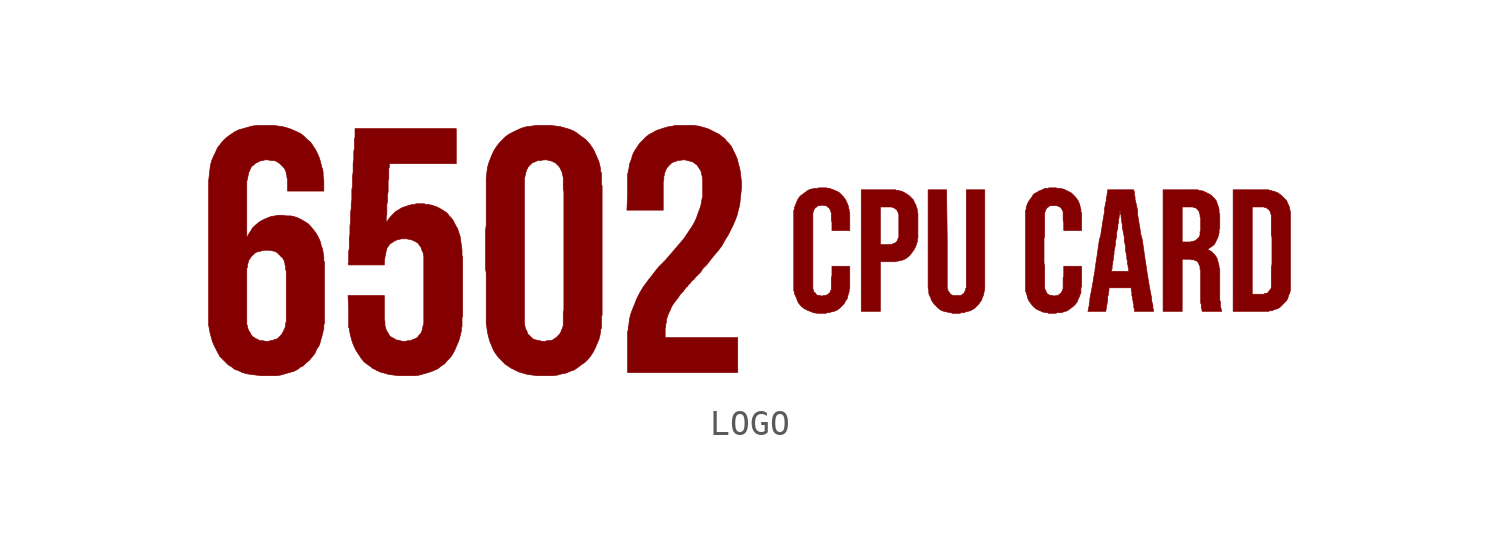
<source format=kicad_sym>
(kicad_symbol_lib
  (version 20231120)
  (generator "kicad_symbol_editor")
  (generator_version "8.0")
  (symbol "LOGO"
    (pin_names
      (offset 1.016))
    (property "Reference" "#G"
      (at 0 -4.242 0)
      (effects (font (size 1.524 1.524)) (hide yes)))
    (symbol "LOGO_0_0"
      (polyline (pts (xy 5.029 -2.464) (xy 5.156 -2.464) (xy 5.182 -2.438) (xy 5.385 -2.388) (xy 5.486 -2.337) (xy 5.563 -2.286) (xy 5.74 -2.108) (xy 5.766 -2.057) (xy 5.817 -2.007) (xy 5.918 -1.753) (xy 5.944 -1.626) (xy 5.969 -1.473) (xy 5.969 2.438) (xy 5.232 2.438) (xy 5.232 -1.473) (xy 5.207 -1.499) (xy 5.207 -1.575) (xy 5.182 -1.6) (xy 5.131 -1.702) (xy 5.08 -1.727) (xy 5.055 -1.753) (xy 5.004 -1.778) (xy 4.699 -1.778) (xy 4.597 -1.727) (xy 4.572 -1.676) (xy 4.547 -1.651) (xy 4.521 -1.6) (xy 4.496 -1.6) (xy 4.496 -1.524) (xy 4.47 -1.524) (xy 4.47 0.508) (xy 4.445 2.438) (xy 3.708 2.438) (xy 3.708 -1.473) (xy 3.734 -1.575) (xy 3.734 -1.676) (xy 3.759 -1.778) (xy 3.81 -1.854) (xy 3.835 -1.956) (xy 3.886 -2.032) (xy 3.962 -2.134) (xy 4.115 -2.286) (xy 4.216 -2.362) (xy 4.343 -2.413) (xy 4.597 -2.464) (xy 4.623 -2.464) (xy 4.674 -2.489) (xy 4.978 -2.489) (xy 5.029 -2.464)) (stroke (width 0.025) (type solid)) (fill (type outline)))
      (polyline (pts (xy 17.323 -2.388) (xy 17.424 -2.388) (xy 17.526 -2.337) (xy 17.628 -2.311) (xy 17.729 -2.261) (xy 18.009 -1.981) (xy 18.059 -1.88) (xy 18.085 -1.778) (xy 18.136 -1.676) (xy 18.161 -1.549) (xy 18.161 1.549) (xy 18.136 1.651) (xy 18.11 1.778) (xy 18.059 1.88) (xy 18.009 2.007) (xy 17.78 2.235) (xy 17.729 2.261) (xy 17.678 2.311) (xy 17.602 2.337) (xy 17.551 2.362) (xy 17.475 2.388) (xy 17.424 2.388) (xy 17.399 2.413) (xy 17.323 2.413) (xy 17.297 2.438) (xy 15.875 2.438) (xy 15.875 -1.727) (xy 16.637 -1.727) (xy 16.637 1.753) (xy 17.094 1.753) (xy 17.145 1.727) (xy 17.196 1.727) (xy 17.247 1.676) (xy 17.272 1.676) (xy 17.323 1.626) (xy 17.348 1.575) (xy 17.399 1.422) (xy 17.399 0.66) (xy 17.424 0.533) (xy 17.424 -0.533) (xy 17.399 -0.66) (xy 17.399 -1.448) (xy 17.374 -1.524) (xy 17.323 -1.575) (xy 17.297 -1.626) (xy 17.247 -1.676) (xy 17.17 -1.702) (xy 17.12 -1.702) (xy 17.094 -1.727) (xy 16.637 -1.727) (xy 15.875 -1.727) (xy 15.875 -2.413) (xy 17.297 -2.413) (xy 17.323 -2.388)) (stroke (width 0.025) (type solid)) (fill (type outline)))
      (polyline (pts (xy 1.803 -0.432) (xy 2.413 -0.432) (xy 2.464 -0.406) (xy 2.54 -0.406) (xy 2.565 -0.381) (xy 2.616 -0.381) (xy 2.718 -0.356) (xy 2.819 -0.305) (xy 2.921 -0.229) (xy 2.997 -0.152) (xy 3.15 0.051) (xy 3.2 0.152) (xy 3.251 0.279) (xy 3.251 0.305) (xy 3.277 0.356) (xy 3.277 0.457) (xy 3.302 0.508) (xy 3.302 1.499) (xy 3.277 1.549) (xy 3.277 1.651) (xy 3.251 1.727) (xy 3.226 1.778) (xy 3.226 1.829) (xy 3.175 1.905) (xy 3.124 2.032) (xy 2.946 2.21) (xy 2.87 2.261) (xy 2.743 2.337) (xy 2.642 2.388) (xy 2.591 2.388) (xy 2.54 2.413) (xy 2.438 2.413) (xy 2.413 2.438) (xy 1.041 2.438) (xy 1.041 0.254) (xy 1.803 0.254) (xy 1.803 1.753) (xy 2.261 1.753) (xy 2.286 1.727) (xy 2.337 1.727) (xy 2.362 1.702) (xy 2.413 1.676) (xy 2.464 1.626) (xy 2.515 1.524) (xy 2.54 1.448) (xy 2.54 0.559) (xy 2.515 0.508) (xy 2.489 0.432) (xy 2.464 0.381) (xy 2.413 0.33) (xy 2.362 0.305) (xy 2.286 0.279) (xy 2.261 0.254) (xy 1.803 0.254) (xy 1.041 0.254) (xy 1.041 -2.413) (xy 1.803 -2.413) (xy 1.803 -0.432)) (stroke (width 0.025) (type solid)) (fill (type outline)))
      (polyline (pts (xy 13.843 -0.33) (xy 14.173 -0.33) (xy 14.224 -0.356) (xy 14.326 -0.356) (xy 14.351 -0.381) (xy 14.427 -0.406) (xy 14.478 -0.457) (xy 14.503 -0.508) (xy 14.529 -0.584) (xy 14.554 -0.61) (xy 14.554 -0.737) (xy 14.58 -0.762) (xy 14.58 -2.083) (xy 14.605 -2.134) (xy 14.605 -2.286) (xy 14.63 -2.311) (xy 14.63 -2.388) (xy 14.656 -2.413) (xy 15.418 -2.413) (xy 15.418 -2.362) (xy 15.392 -2.337) (xy 15.392 -2.286) (xy 15.367 -2.235) (xy 15.367 -2.032) (xy 15.342 -1.956) (xy 15.342 -0.711) (xy 15.316 -0.686) (xy 15.316 -0.61) (xy 15.265 -0.406) (xy 15.215 -0.254) (xy 15.189 -0.229) (xy 15.138 -0.152) (xy 15.011 -0.025) (xy 14.961 0) (xy 14.935 0.025) (xy 14.91 0.025) (xy 14.884 0.051) (xy 14.834 0.051) (xy 14.859 0.076) (xy 14.884 0.076) (xy 14.91 0.102) (xy 15.062 0.203) (xy 15.138 0.279) (xy 15.24 0.483) (xy 15.291 0.61) (xy 15.316 0.737) (xy 15.316 0.864) (xy 15.342 0.889) (xy 15.342 1.473) (xy 15.316 1.499) (xy 15.316 1.626) (xy 15.291 1.753) (xy 15.24 1.88) (xy 15.215 1.981) (xy 15.138 2.083) (xy 14.986 2.235) (xy 14.681 2.388) (xy 14.529 2.413) (xy 14.503 2.413) (xy 14.478 2.438) (xy 13.081 2.438) (xy 13.081 0.356) (xy 13.843 0.356) (xy 13.843 1.753) (xy 14.275 1.753) (xy 14.3 1.727) (xy 14.351 1.727) (xy 14.402 1.702) (xy 14.503 1.6) (xy 14.554 1.448) (xy 14.554 1.372) (xy 14.58 1.321) (xy 14.58 0.813) (xy 14.554 0.762) (xy 14.554 0.635) (xy 14.529 0.559) (xy 14.427 0.457) (xy 14.351 0.406) (xy 14.275 0.381) (xy 14.224 0.381) (xy 14.173 0.356) (xy 13.843 0.356) (xy 13.081 0.356) (xy 13.081 -2.413) (xy 13.843 -2.413) (xy 13.843 -0.33)) (stroke (width 0.025) (type solid)) (fill (type outline)))
      (polyline (pts (xy -0.33 -2.464) (xy -0.229 -2.464) (xy -0.178 -2.438) (xy -0.051 -2.413) (xy 0.076 -2.362) (xy 0.178 -2.286) (xy 0.356 -2.108) (xy 0.406 -2.007) (xy 0.483 -1.905) (xy 0.508 -1.778) (xy 0.559 -1.626) (xy 0.559 -1.549) (xy 0.584 -1.499) (xy 0.584 -0.61) (xy -0.127 -0.61) (xy -0.127 -1.016) (xy -0.152 -1.041) (xy -0.152 -1.549) (xy -0.178 -1.575) (xy -0.178 -1.6) (xy -0.203 -1.651) (xy -0.279 -1.727) (xy -0.33 -1.753) (xy -0.406 -1.778) (xy -0.457 -1.778) (xy -0.533 -1.803) (xy -0.61 -1.778) (xy -0.686 -1.778) (xy -0.737 -1.753) (xy -0.762 -1.727) (xy -0.787 -1.676) (xy -0.838 -1.651) (xy -0.864 -1.6) (xy -0.864 -1.549) (xy -0.889 -1.524) (xy -0.889 1.499) (xy -0.864 1.6) (xy -0.838 1.651) (xy -0.787 1.727) (xy -0.737 1.753) (xy -0.686 1.803) (xy -0.61 1.803) (xy -0.508 1.829) (xy -0.432 1.803) (xy -0.356 1.803) (xy -0.305 1.753) (xy -0.254 1.727) (xy -0.203 1.651) (xy -0.178 1.6) (xy -0.152 1.499) (xy -0.152 1.219) (xy -0.127 1.143) (xy -0.127 0.813) (xy 0.584 0.813) (xy 0.584 1.499) (xy 0.559 1.575) (xy 0.559 1.651) (xy 0.533 1.702) (xy 0.533 1.778) (xy 0.508 1.829) (xy 0.457 1.956) (xy 0.406 2.057) (xy 0.33 2.159) (xy 0.152 2.337) (xy 0.051 2.388) (xy -0.203 2.489) (xy -0.356 2.515) (xy -0.66 2.515) (xy -0.737 2.489) (xy -0.838 2.489) (xy -0.965 2.464) (xy -1.092 2.413) (xy -1.397 2.184) (xy -1.473 2.083) (xy -1.524 1.981) (xy -1.626 1.727) (xy -1.626 1.651) (xy -1.651 1.626) (xy -1.651 -1.6) (xy -1.626 -1.626) (xy -1.626 -1.702) (xy -1.575 -1.803) (xy -1.473 -2.057) (xy -1.397 -2.159) (xy -1.321 -2.235) (xy -1.219 -2.311) (xy -1.118 -2.362) (xy -0.864 -2.464) (xy -0.711 -2.489) (xy -0.356 -2.489) (xy -0.33 -2.464)) (stroke (width 0.025) (type solid)) (fill (type outline)))
      (polyline (pts (xy 8.865 -2.464) (xy 9.042 -2.464) (xy 9.144 -2.413) (xy 9.195 -2.413) (xy 9.296 -2.362) (xy 9.5 -2.21) (xy 9.576 -2.134) (xy 9.652 -2.032) (xy 9.703 -1.905) (xy 9.754 -1.803) (xy 9.754 -1.778) (xy 9.779 -1.727) (xy 9.779 -1.702) (xy 9.804 -1.676) (xy 9.804 -1.473) (xy 9.83 -1.422) (xy 9.83 -0.61) (xy 9.119 -0.61) (xy 9.119 -1.016) (xy 9.093 -1.067) (xy 9.093 -1.499) (xy 9.068 -1.575) (xy 9.042 -1.626) (xy 8.992 -1.702) (xy 8.941 -1.727) (xy 8.89 -1.778) (xy 8.814 -1.778) (xy 8.738 -1.803) (xy 8.687 -1.778) (xy 8.611 -1.778) (xy 8.534 -1.753) (xy 8.484 -1.727) (xy 8.433 -1.676) (xy 8.407 -1.6) (xy 8.357 -1.499) (xy 8.357 -0.61) (xy 8.331 -0.483) (xy 8.331 0.483) (xy 8.357 0.61) (xy 8.357 1.499) (xy 8.382 1.6) (xy 8.407 1.651) (xy 8.458 1.727) (xy 8.509 1.753) (xy 8.56 1.803) (xy 8.839 1.803) (xy 8.915 1.778) (xy 8.966 1.753) (xy 9.017 1.702) (xy 9.068 1.626) (xy 9.068 1.6) (xy 9.093 1.575) (xy 9.093 1.219) (xy 9.119 1.118) (xy 9.119 0.813) (xy 9.83 0.813) (xy 9.83 1.524) (xy 9.804 1.549) (xy 9.804 1.651) (xy 9.779 1.727) (xy 9.754 1.854) (xy 9.703 1.981) (xy 9.652 2.057) (xy 9.576 2.159) (xy 9.423 2.311) (xy 9.119 2.464) (xy 8.992 2.489) (xy 8.89 2.489) (xy 8.814 2.515) (xy 8.534 2.515) (xy 8.458 2.489) (xy 8.357 2.489) (xy 8.255 2.438) (xy 8.128 2.388) (xy 8.052 2.337) (xy 7.95 2.286) (xy 7.874 2.21) (xy 7.874 2.184) (xy 7.722 1.981) (xy 7.671 1.88) (xy 7.62 1.727) (xy 7.62 1.651) (xy 7.595 1.626) (xy 7.595 -1.626) (xy 7.62 -1.626) (xy 7.62 -1.702) (xy 7.645 -1.727) (xy 7.671 -1.854) (xy 7.722 -1.981) (xy 7.874 -2.184) (xy 7.95 -2.261) (xy 8.052 -2.337) (xy 8.179 -2.388) (xy 8.28 -2.438) (xy 8.433 -2.464) (xy 8.484 -2.464) (xy 8.509 -2.489) (xy 8.788 -2.489) (xy 8.865 -2.464)) (stroke (width 0.025) (type solid)) (fill (type outline)))
      (polyline (pts (xy -11.074 -4.953) (xy -10.897 -4.902) (xy -10.744 -4.877) (xy -10.566 -4.801) (xy -10.414 -4.75) (xy -10.262 -4.648) (xy -10.135 -4.547) (xy -9.982 -4.445) (xy -9.855 -4.318) (xy -9.754 -4.191) (xy -9.652 -4.039) (xy -9.576 -3.886) (xy -9.423 -3.531) (xy -9.373 -3.327) (xy -9.347 -3.124) (xy -9.347 -3.099) (xy -9.322 -3.099) (xy -9.322 -2.616) (xy -9.296 -2.565) (xy -9.296 2.591) (xy -9.322 2.667) (xy -9.322 3.124) (xy -9.347 3.124) (xy -9.347 3.15) (xy -9.373 3.353) (xy -9.423 3.556) (xy -9.576 3.912) (xy -9.652 4.064) (xy -9.754 4.216) (xy -9.855 4.343) (xy -9.982 4.47) (xy -10.135 4.572) (xy -10.262 4.674) (xy -10.414 4.775) (xy -10.592 4.851) (xy -10.947 4.953) (xy -11.125 4.978) (xy -11.328 5.004) (xy -11.913 5.004) (xy -12.116 4.978) (xy -12.294 4.953) (xy -12.319 4.953) (xy -12.497 4.902) (xy -12.675 4.826) (xy -12.979 4.674) (xy -13.132 4.572) (xy -13.386 4.318) (xy -13.487 4.191) (xy -13.589 4.039) (xy -13.665 3.886) (xy -13.741 3.708) (xy -13.818 3.505) (xy -13.868 3.327) (xy -13.894 3.124) (xy -13.919 2.896) (xy -13.919 1.016) (xy -13.945 0.838) (xy -13.945 -0.711) (xy -13.919 -0.889) (xy -13.919 -2.87) (xy -13.919 -2.896) (xy -12.395 -2.896) (xy -12.395 2.921) (xy -12.37 2.972) (xy -12.344 3.099) (xy -12.319 3.2) (xy -12.243 3.353) (xy -12.09 3.505) (xy -12.04 3.531) (xy -11.963 3.556) (xy -11.862 3.607) (xy -11.735 3.607) (xy -11.633 3.632) (xy -11.506 3.632) (xy -11.303 3.581) (xy -11.151 3.505) (xy -10.998 3.353) (xy -10.897 3.15) (xy -10.871 3.048) (xy -10.846 2.921) (xy -10.846 2.489) (xy -10.82 2.362) (xy -10.82 -2.362) (xy -10.846 -2.464) (xy -10.846 -2.972) (xy -10.871 -3.073) (xy -10.922 -3.175) (xy -10.947 -3.251) (xy -10.998 -3.327) (xy -11.125 -3.454) (xy -11.278 -3.556) (xy -11.379 -3.581) (xy -11.506 -3.581) (xy -11.557 -3.607) (xy -11.684 -3.607) (xy -11.786 -3.581) (xy -11.913 -3.556) (xy -12.014 -3.531) (xy -12.09 -3.48) (xy -12.268 -3.302) (xy -12.294 -3.2) (xy -12.344 -3.124) (xy -12.37 -3.023) (xy -12.395 -2.896) (xy -13.919 -2.896) (xy -13.894 -3.048) (xy -13.868 -3.251) (xy -13.818 -3.454) (xy -13.767 -3.632) (xy -13.614 -3.988) (xy -13.513 -4.14) (xy -13.411 -4.267) (xy -13.157 -4.521) (xy -12.929 -4.674) (xy -12.624 -4.826) (xy -12.268 -4.928) (xy -12.065 -4.953) (xy -11.887 -4.978) (xy -11.278 -4.978) (xy -11.074 -4.953)) (stroke (width 0.025) (type solid)) (fill (type outline)))
      (polyline (pts (xy 10.871 -1.956) (xy 10.871 -1.829) (xy 10.897 -1.753) (xy 10.897 -1.676) (xy 10.922 -1.6) (xy 10.922 -1.473) (xy 11.811 -1.473) (xy 11.811 -1.575) (xy 11.836 -1.651) (xy 11.836 -1.778) (xy 11.862 -1.854) (xy 11.862 -1.93) (xy 11.887 -2.007) (xy 11.887 -2.083) (xy 11.913 -2.134) (xy 11.913 -2.261) (xy 11.938 -2.311) (xy 11.938 -2.413) (xy 12.7 -2.413) (xy 12.7 -2.337) (xy 12.675 -2.286) (xy 12.675 -2.159) (xy 12.649 -2.083) (xy 12.624 -1.981) (xy 12.624 -1.88) (xy 12.548 -1.499) (xy 12.446 -0.889) (xy 12.395 -0.533) (xy 12.37 -0.381) (xy 12.268 0.33) (xy 12.243 0.483) (xy 12.192 0.66) (xy 12.167 0.838) (xy 12.065 1.448) (xy 12.065 1.6) (xy 12.014 1.854) (xy 11.963 2.057) (xy 11.963 2.159) (xy 11.938 2.235) (xy 11.938 2.362) (xy 11.913 2.388) (xy 11.913 2.438) (xy 10.871 2.438) (xy 10.871 2.337) (xy 10.846 2.286) (xy 10.846 2.21) (xy 10.82 2.134) (xy 10.82 2.032) (xy 10.795 1.93) (xy 10.744 1.676) (xy 10.744 1.549) (xy 10.719 1.422) (xy 10.668 1.118) (xy 10.643 0.94) (xy 10.617 0.787) (xy 10.592 0.61) (xy 10.541 0.457) (xy 10.439 -0.254) (xy 10.414 -0.406) (xy 10.363 -0.762) (xy 10.363 -0.813) (xy 11.024 -0.813) (xy 11.024 -0.762) (xy 11.049 -0.711) (xy 11.049 -0.584) (xy 11.074 -0.508) (xy 11.074 -0.432) (xy 11.1 -0.33) (xy 11.1 -0.229) (xy 11.125 -0.127) (xy 11.125 -0.025) (xy 11.176 0.229) (xy 11.176 0.356) (xy 11.201 0.457) (xy 11.227 0.584) (xy 11.227 0.711) (xy 11.252 0.838) (xy 11.278 0.94) (xy 11.278 1.041) (xy 11.303 1.143) (xy 11.303 1.245) (xy 11.328 1.321) (xy 11.328 1.397) (xy 11.354 1.473) (xy 11.354 1.6) (xy 11.379 1.6) (xy 11.379 1.473) (xy 11.405 1.422) (xy 11.405 1.346) (xy 11.43 1.245) (xy 11.43 1.168) (xy 11.455 1.041) (xy 11.455 0.94) (xy 11.532 0.559) (xy 11.532 0.406) (xy 11.557 0.305) (xy 11.582 0.178) (xy 11.582 0.025) (xy 11.608 -0.102) (xy 11.633 -0.203) (xy 11.633 -0.305) (xy 11.659 -0.406) (xy 11.659 -0.508) (xy 11.684 -0.584) (xy 11.684 -0.66) (xy 11.709 -0.711) (xy 11.709 -0.813) (xy 11.024 -0.813) (xy 10.363 -0.813) (xy 10.312 -1.067) (xy 10.287 -1.245) (xy 10.262 -1.372) (xy 10.236 -1.524) (xy 10.16 -1.905) (xy 10.16 -2.007) (xy 10.135 -2.108) (xy 10.135 -2.184) (xy 10.109 -2.261) (xy 10.109 -2.337) (xy 10.084 -2.388) (xy 10.084 -2.413) (xy 10.795 -2.413) (xy 10.871 -1.956)) (stroke (width 0.025) (type solid)) (fill (type outline)))
      (polyline (pts (xy -3.886 -3.454) (xy -6.782 -3.454) (xy -6.782 -3.099) (xy -6.756 -2.997) (xy -6.756 -2.921) (xy -6.731 -2.845) (xy -6.731 -2.769) (xy -6.706 -2.667) (xy -6.68 -2.591) (xy -6.629 -2.464) (xy -6.579 -2.362) (xy -6.528 -2.235) (xy -6.452 -2.108) (xy -6.375 -2.007) (xy -6.274 -1.88) (xy -6.172 -1.727) (xy -6.045 -1.6) (xy -6.02 -1.549) (xy -5.969 -1.499) (xy -5.944 -1.448) (xy -5.893 -1.422) (xy -5.867 -1.372) (xy -5.766 -1.27) (xy -5.715 -1.194) (xy -5.639 -1.143) (xy -5.563 -1.041) (xy -5.359 -0.838) (xy -5.283 -0.711) (xy -5.105 -0.533) (xy -5.029 -0.432) (xy -4.851 -0.203) (xy -4.674 0) (xy -4.521 0.203) (xy -4.394 0.432) (xy -4.267 0.635) (xy -4.064 1.041) (xy -3.988 1.219) (xy -3.912 1.422) (xy -3.81 1.829) (xy -3.785 2.032) (xy -3.785 2.083) (xy -3.759 2.286) (xy -3.734 2.515) (xy -3.734 2.743) (xy -3.759 2.946) (xy -3.785 3.175) (xy -3.81 3.302) (xy -3.861 3.48) (xy -3.912 3.683) (xy -3.988 3.861) (xy -4.14 4.166) (xy -4.242 4.293) (xy -4.369 4.42) (xy -4.369 4.445) (xy -4.623 4.648) (xy -5.08 4.877) (xy -5.436 4.978) (xy -5.639 5.004) (xy -6.401 5.004) (xy -6.477 4.978) (xy -6.655 4.953) (xy -6.833 4.902) (xy -7.137 4.801) (xy -7.264 4.724) (xy -7.417 4.648) (xy -7.544 4.547) (xy -7.798 4.293) (xy -8.001 3.988) (xy -8.077 3.835) (xy -8.128 3.658) (xy -8.204 3.454) (xy -8.23 3.251) (xy -8.255 3.2) (xy -8.255 3.124) (xy -8.28 3.073) (xy -8.28 2.261) (xy -8.306 1.626) (xy -6.858 1.626) (xy -6.858 2.769) (xy -6.833 2.845) (xy -6.833 2.997) (xy -6.807 3.023) (xy -6.807 3.099) (xy -6.782 3.15) (xy -6.782 3.175) (xy -6.731 3.277) (xy -6.68 3.353) (xy -6.528 3.505) (xy -6.426 3.556) (xy -6.325 3.581) (xy -6.325 3.607) (xy -6.198 3.607) (xy -6.096 3.632) (xy -5.994 3.632) (xy -5.69 3.556) (xy -5.613 3.505) (xy -5.588 3.48) (xy -5.512 3.429) (xy -5.359 3.2) (xy -5.309 2.997) (xy -5.283 2.845) (xy -5.283 2.159) (xy -5.309 2.083) (xy -5.334 1.93) (xy -5.359 1.803) (xy -5.41 1.651) (xy -5.461 1.524) (xy -5.512 1.372) (xy -5.563 1.245) (xy -5.639 1.092) (xy -5.715 0.965) (xy -6.02 0.508) (xy -6.147 0.356) (xy -6.604 -0.178) (xy -6.782 -0.381) (xy -7.036 -0.635) (xy -7.239 -0.889) (xy -7.315 -0.991) (xy -7.417 -1.118) (xy -7.645 -1.422) (xy -7.722 -1.549) (xy -7.823 -1.727) (xy -7.925 -1.93) (xy -8.001 -2.134) (xy -8.077 -2.311) (xy -8.153 -2.515) (xy -8.204 -2.718) (xy -8.23 -2.946) (xy -8.23 -2.972) (xy -8.255 -3.048) (xy -8.255 -3.15) (xy -8.28 -3.226) (xy -8.28 -4.851) (xy -3.886 -4.851) (xy -3.886 -3.454)) (stroke (width 0.025) (type solid)) (fill (type outline)))
      (polyline (pts (xy -16.586 -4.953) (xy -16.231 -4.851) (xy -16.078 -4.801) (xy -16.027 -4.775) (xy -15.85 -4.699) (xy -15.723 -4.597) (xy -15.57 -4.496) (xy -15.469 -4.369) (xy -15.342 -4.242) (xy -15.24 -4.089) (xy -15.164 -3.937) (xy -15.011 -3.581) (xy -14.961 -3.404) (xy -14.91 -3.2) (xy -14.91 -3.073) (xy -14.884 -3.023) (xy -14.884 -2.667) (xy -14.859 -2.591) (xy -14.859 -0.254) (xy -14.884 -0.178) (xy -14.884 0.025) (xy -14.91 0.229) (xy -14.961 0.584) (xy -15.062 0.889) (xy -15.138 1.016) (xy -15.24 1.219) (xy -15.316 1.321) (xy -15.392 1.397) (xy -15.469 1.499) (xy -15.57 1.575) (xy -15.824 1.727) (xy -15.951 1.778) (xy -16.104 1.829) (xy -16.256 1.854) (xy -16.332 1.854) (xy -16.383 1.88) (xy -16.713 1.88) (xy -16.789 1.854) (xy -16.84 1.854) (xy -16.967 1.829) (xy -17.272 1.727) (xy -17.526 1.575) (xy -17.729 1.372) (xy -17.831 1.245) (xy -17.856 1.194) (xy -17.882 1.168) (xy -17.907 1.168) (xy -17.907 1.372) (xy -17.882 1.448) (xy -17.882 1.854) (xy -17.856 1.981) (xy -17.856 2.235) (xy -17.831 2.362) (xy -17.831 2.794) (xy -17.805 2.896) (xy -17.805 3.277) (xy -17.78 3.353) (xy -17.78 3.48) (xy -15.113 3.48) (xy -15.113 4.877) (xy -19.152 4.877) (xy -19.152 4.547) (xy -19.177 4.445) (xy -19.177 4.089) (xy -19.202 3.962) (xy -19.202 3.658) (xy -19.228 3.505) (xy -19.228 3.15) (xy -19.253 2.972) (xy -19.253 2.616) (xy -19.279 2.438) (xy -19.279 2.057) (xy -19.304 1.88) (xy -19.304 1.702) (xy -19.329 1.524) (xy -19.329 1.168) (xy -19.355 0.991) (xy -19.355 0.66) (xy -19.38 0.508) (xy -19.38 0.102) (xy -19.406 -0.025) (xy -19.406 -0.508) (xy -19.431 -0.508) (xy -19.406 -0.559) (xy -17.983 -0.559) (xy -17.983 -0.406) (xy -17.958 -0.254) (xy -17.907 0) (xy -17.882 0.102) (xy -17.831 0.178) (xy -17.755 0.279) (xy -17.602 0.381) (xy -17.501 0.432) (xy -17.297 0.483) (xy -17.094 0.483) (xy -16.967 0.457) (xy -16.866 0.432) (xy -16.713 0.356) (xy -16.637 0.305) (xy -16.586 0.229) (xy -16.51 0.127) (xy -16.485 0.025) (xy -16.434 -0.076) (xy -16.408 -0.229) (xy -16.408 -2.921) (xy -16.434 -2.972) (xy -16.459 -3.099) (xy -16.485 -3.2) (xy -16.535 -3.302) (xy -16.612 -3.378) (xy -16.662 -3.454) (xy -16.764 -3.505) (xy -16.84 -3.531) (xy -16.942 -3.581) (xy -17.043 -3.581) (xy -17.145 -3.607) (xy -17.247 -3.607) (xy -17.45 -3.556) (xy -17.501 -3.556) (xy -17.577 -3.505) (xy -17.678 -3.454) (xy -17.755 -3.404) (xy -17.805 -3.327) (xy -17.831 -3.277) (xy -17.882 -3.2) (xy -17.907 -3.15) (xy -17.932 -3.073) (xy -17.932 -3.023) (xy -17.958 -2.997) (xy -17.958 -2.819) (xy -17.983 -2.743) (xy -17.983 -1.778) (xy -19.431 -1.778) (xy -19.406 -2.337) (xy -19.406 -3.048) (xy -19.38 -3.099) (xy -19.38 -3.175) (xy -19.355 -3.226) (xy -19.355 -3.277) (xy -19.304 -3.48) (xy -19.253 -3.658) (xy -19.177 -3.835) (xy -19.101 -3.988) (xy -18.898 -4.293) (xy -18.796 -4.42) (xy -18.669 -4.521) (xy -18.517 -4.623) (xy -18.466 -4.674) (xy -18.161 -4.826) (xy -17.805 -4.928) (xy -17.399 -4.978) (xy -16.764 -4.978) (xy -16.586 -4.953)) (stroke (width 0.025) (type solid)) (fill (type outline)))
      (polyline (pts (xy -22.123 -4.953) (xy -21.59 -4.801) (xy -21.438 -4.724) (xy -21.311 -4.623) (xy -21.234 -4.597) (xy -21.107 -4.47) (xy -20.98 -4.369) (xy -20.853 -4.216) (xy -20.752 -4.089) (xy -20.676 -3.912) (xy -20.574 -3.759) (xy -20.472 -3.404) (xy -20.422 -3.2) (xy -20.422 -3.15) (xy -20.396 -3.124) (xy -20.396 -2.946) (xy -20.371 -2.896) (xy -20.371 -0.432) (xy -20.396 -0.406) (xy -20.396 -0.254) (xy -20.422 -0.076) (xy -20.447 0.076) (xy -20.498 0.203) (xy -20.523 0.33) (xy -20.574 0.457) (xy -20.65 0.61) (xy -20.726 0.737) (xy -20.93 0.991) (xy -21.031 1.092) (xy -21.285 1.245) (xy -21.438 1.321) (xy -21.59 1.372) (xy -21.717 1.397) (xy -21.869 1.397) (xy -22.047 1.422) (xy -22.2 1.422) (xy -22.504 1.372) (xy -22.758 1.27) (xy -22.911 1.194) (xy -23.012 1.118) (xy -23.139 1.016) (xy -23.241 0.914) (xy -23.317 0.787) (xy -23.419 0.635) (xy -23.419 0.61) (xy -23.47 0.559) (xy -23.47 2.769) (xy -23.444 2.87) (xy -23.393 3.124) (xy -23.343 3.226) (xy -23.317 3.302) (xy -23.266 3.378) (xy -23.19 3.429) (xy -23.114 3.505) (xy -23.038 3.531) (xy -22.962 3.581) (xy -22.835 3.607) (xy -22.733 3.632) (xy -22.631 3.632) (xy -22.504 3.607) (xy -22.403 3.607) (xy -22.301 3.581) (xy -22.149 3.48) (xy -21.996 3.327) (xy -21.946 3.251) (xy -21.895 3.124) (xy -21.895 3.073) (xy -21.869 2.997) (xy -21.869 2.921) (xy -21.844 2.87) (xy -21.844 2.388) (xy -20.396 2.388) (xy -20.396 2.819) (xy -20.422 2.972) (xy -20.422 3.124) (xy -20.447 3.277) (xy -20.472 3.327) (xy -20.523 3.531) (xy -20.574 3.708) (xy -20.65 3.886) (xy -20.726 4.039) (xy -20.93 4.343) (xy -21.057 4.445) (xy -21.184 4.572) (xy -21.311 4.674) (xy -21.463 4.75) (xy -21.641 4.826) (xy -21.692 4.851) (xy -21.844 4.902) (xy -22.022 4.953) (xy -22.377 5.004) (xy -23.063 5.004) (xy -23.266 4.978) (xy -23.8 4.826) (xy -23.952 4.75) (xy -24.181 4.597) (xy -24.308 4.496) (xy -24.435 4.369) (xy -24.638 4.115) (xy -24.714 3.937) (xy -24.79 3.785) (xy -24.867 3.607) (xy -24.917 3.429) (xy -24.943 3.226) (xy -24.994 2.769) (xy -24.994 -2.819) (xy -24.994 -2.946) (xy -23.47 -2.946) (xy -23.47 -0.686) (xy -23.444 -0.66) (xy -23.444 -0.559) (xy -23.419 -0.483) (xy -23.393 -0.381) (xy -23.292 -0.229) (xy -23.165 -0.102) (xy -23.089 -0.051) (xy -22.784 0.025) (xy -22.555 0.025) (xy -22.428 0) (xy -22.327 -0.025) (xy -22.25 -0.076) (xy -22.022 -0.305) (xy -21.971 -0.406) (xy -21.946 -0.508) (xy -21.946 -0.559) (xy -21.92 -0.584) (xy -21.92 -0.762) (xy -21.895 -0.787) (xy -21.895 -2.845) (xy -21.92 -2.87) (xy -21.92 -2.946) (xy -21.946 -3.073) (xy -22.047 -3.277) (xy -22.098 -3.353) (xy -22.25 -3.505) (xy -22.352 -3.531) (xy -22.454 -3.581) (xy -22.555 -3.581) (xy -22.581 -3.607) (xy -22.708 -3.607) (xy -22.835 -3.581) (xy -22.936 -3.581) (xy -23.139 -3.48) (xy -23.216 -3.429) (xy -23.292 -3.353) (xy -23.343 -3.251) (xy -23.393 -3.175) (xy -23.444 -3.048) (xy -23.444 -2.972) (xy -23.47 -2.946) (xy -24.994 -2.946) (xy -24.943 -3.226) (xy -24.892 -3.429) (xy -24.841 -3.607) (xy -24.765 -3.785) (xy -24.613 -4.089) (xy -24.587 -4.115) (xy -24.562 -4.191) (xy -24.206 -4.547) (xy -24.079 -4.623) (xy -23.952 -4.724) (xy -23.8 -4.775) (xy -23.647 -4.851) (xy -23.47 -4.902) (xy -23.292 -4.928) (xy -22.885 -4.978) (xy -22.301 -4.978) (xy -22.123 -4.953)) (stroke (width 0.025) (type solid)) (fill (type outline))))))
</source>
